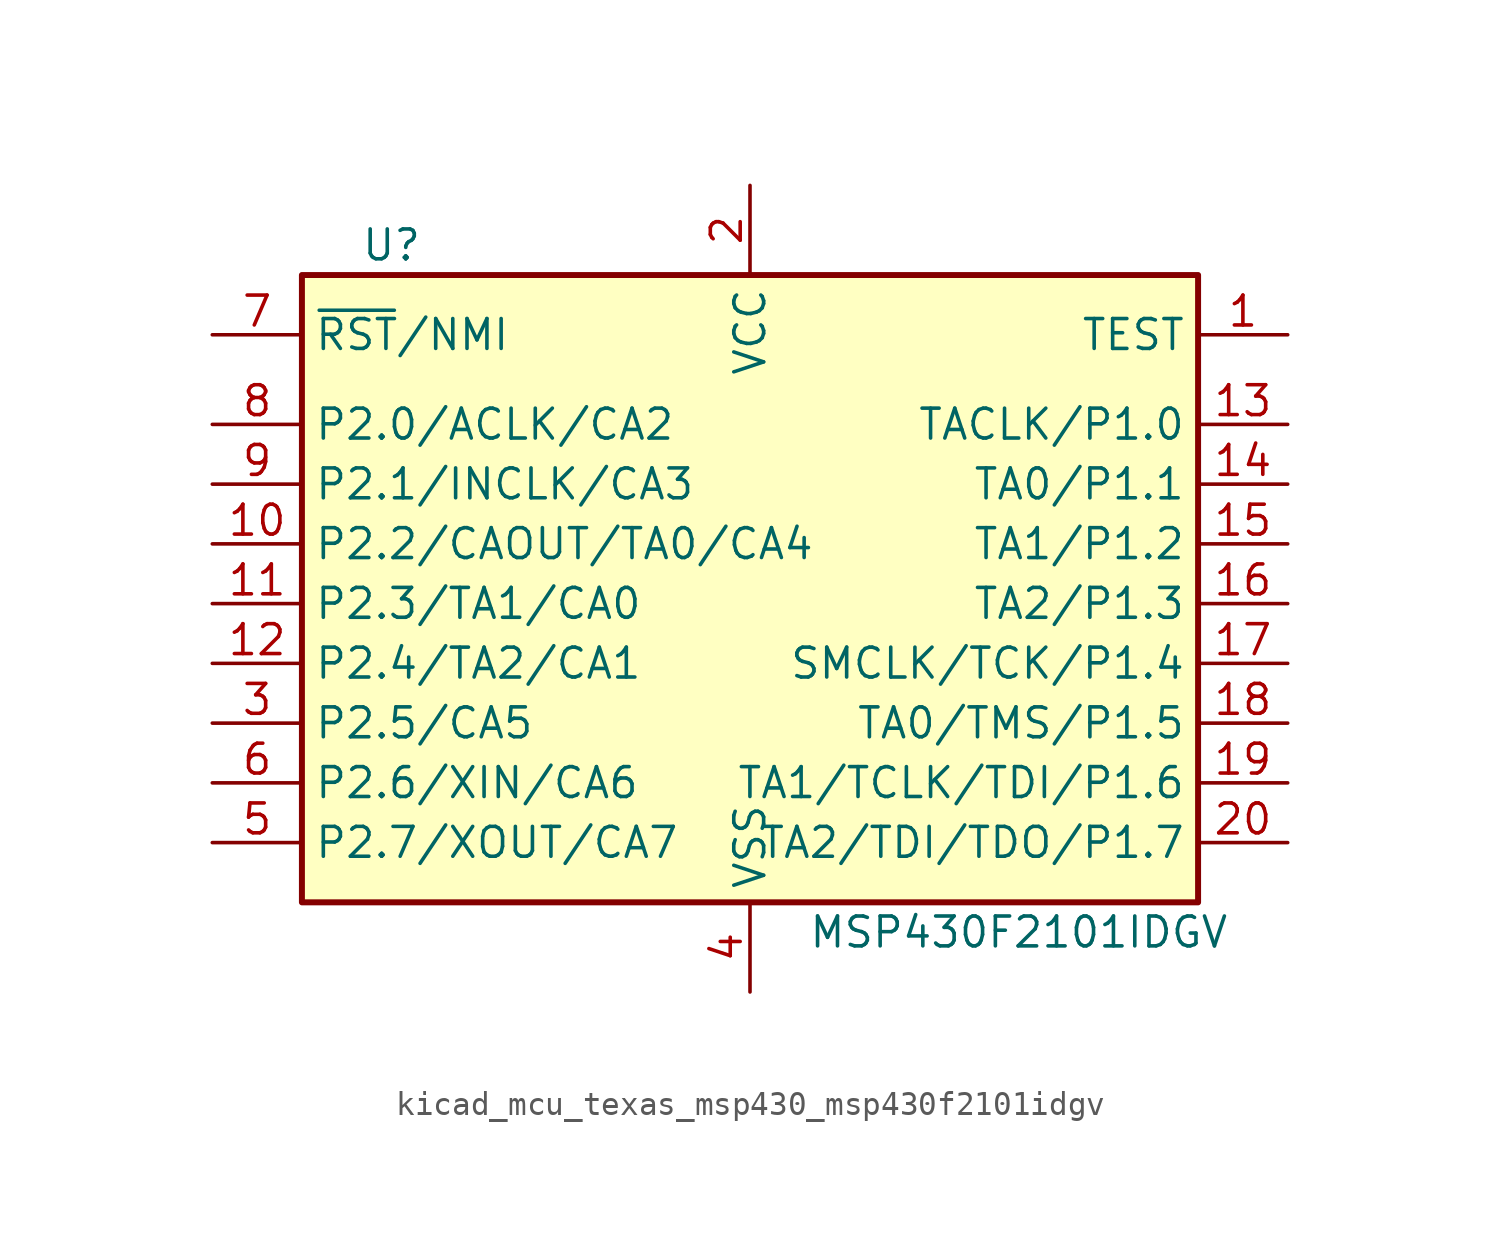
<source format=kicad_sym>
(kicad_symbol_lib
  (version 20220914)
  (generator kicad_symbol_editor)
  (symbol "kicad_mcu_texas_msp430_msp430f2101idgv"
    (property "Reference" "U"
      (at -15.24 15.24 0)
      (effects (font (size 1.27 1.27))))
    (property "Value" "MSP430F2101IDGV"
      (at 11.43 -13.97 0)
      (effects (font (size 1.27 1.27))))
    (symbol "kicad_mcu_texas_msp430_msp430f2101idgv_0_1"
      (rectangle (start -19.05 13.97) (end 19.05 -12.7) (stroke (width 0.254) (type default)) (fill (type background))))
    (symbol "kicad_mcu_texas_msp430_msp430f2101idgv_1_1"
      (pin input line (at 22.86 11.43 180) (length 3.81) (name "TEST" (effects (font (size 1.27 1.27)))) (number "1" (effects (font (size 1.27 1.27)))))
      (pin bidirectional line (at -22.86 2.54 0) (length 3.81) (name "P2.2/CAOUT/TA0/CA4" (effects (font (size 1.27 1.27)))) (number "10" (effects (font (size 1.27 1.27)))))
      (pin bidirectional line (at -22.86 0 0) (length 3.81) (name "P2.3/TA1/CA0" (effects (font (size 1.27 1.27)))) (number "11" (effects (font (size 1.27 1.27)))))
      (pin bidirectional line (at -22.86 -2.54 0) (length 3.81) (name "P2.4/TA2/CA1" (effects (font (size 1.27 1.27)))) (number "12" (effects (font (size 1.27 1.27)))))
      (pin bidirectional line (at 22.86 7.62 180) (length 3.81) (name "TACLK/P1.0" (effects (font (size 1.27 1.27)))) (number "13" (effects (font (size 1.27 1.27)))))
      (pin bidirectional line (at 22.86 5.08 180) (length 3.81) (name "TA0/P1.1" (effects (font (size 1.27 1.27)))) (number "14" (effects (font (size 1.27 1.27)))))
      (pin bidirectional line (at 22.86 2.54 180) (length 3.81) (name "TA1/P1.2" (effects (font (size 1.27 1.27)))) (number "15" (effects (font (size 1.27 1.27)))))
      (pin bidirectional line (at 22.86 0 180) (length 3.81) (name "TA2/P1.3" (effects (font (size 1.27 1.27)))) (number "16" (effects (font (size 1.27 1.27)))))
      (pin bidirectional line (at 22.86 -2.54 180) (length 3.81) (name "SMCLK/TCK/P1.4" (effects (font (size 1.27 1.27)))) (number "17" (effects (font (size 1.27 1.27)))))
      (pin bidirectional line (at 22.86 -5.08 180) (length 3.81) (name "TA0/TMS/P1.5" (effects (font (size 1.27 1.27)))) (number "18" (effects (font (size 1.27 1.27)))))
      (pin bidirectional line (at 22.86 -7.62 180) (length 3.81) (name "TA1/TCLK/TDI/P1.6" (effects (font (size 1.27 1.27)))) (number "19" (effects (font (size 1.27 1.27)))))
      (pin power_in line (at 0 17.78 270) (length 3.81) (name "VCC" (effects (font (size 1.27 1.27)))) (number "2" (effects (font (size 1.27 1.27)))))
      (pin bidirectional line (at 22.86 -10.16 180) (length 3.81) (name "TA2/TDI/TDO/P1.7" (effects (font (size 1.27 1.27)))) (number "20" (effects (font (size 1.27 1.27)))))
      (pin bidirectional line (at -22.86 -5.08 0) (length 3.81) (name "P2.5/CA5" (effects (font (size 1.27 1.27)))) (number "3" (effects (font (size 1.27 1.27)))))
      (pin power_in line (at 0 -16.51 90) (length 3.81) (name "VSS" (effects (font (size 1.27 1.27)))) (number "4" (effects (font (size 1.27 1.27)))))
      (pin bidirectional line (at -22.86 -10.16 0) (length 3.81) (name "P2.7/XOUT/CA7" (effects (font (size 1.27 1.27)))) (number "5" (effects (font (size 1.27 1.27)))))
      (pin bidirectional line (at -22.86 -7.62 0) (length 3.81) (name "P2.6/XIN/CA6" (effects (font (size 1.27 1.27)))) (number "6" (effects (font (size 1.27 1.27)))))
      (pin input line (at -22.86 11.43 0) (length 3.81) (name "~{RST}/NMI" (effects (font (size 1.27 1.27)))) (number "7" (effects (font (size 1.27 1.27)))))
      (pin bidirectional line (at -22.86 7.62 0) (length 3.81) (name "P2.0/ACLK/CA2" (effects (font (size 1.27 1.27)))) (number "8" (effects (font (size 1.27 1.27)))))
      (pin bidirectional line (at -22.86 5.08 0) (length 3.81) (name "P2.1/INCLK/CA3" (effects (font (size 1.27 1.27)))) (number "9" (effects (font (size 1.27 1.27))))))))
</source>
